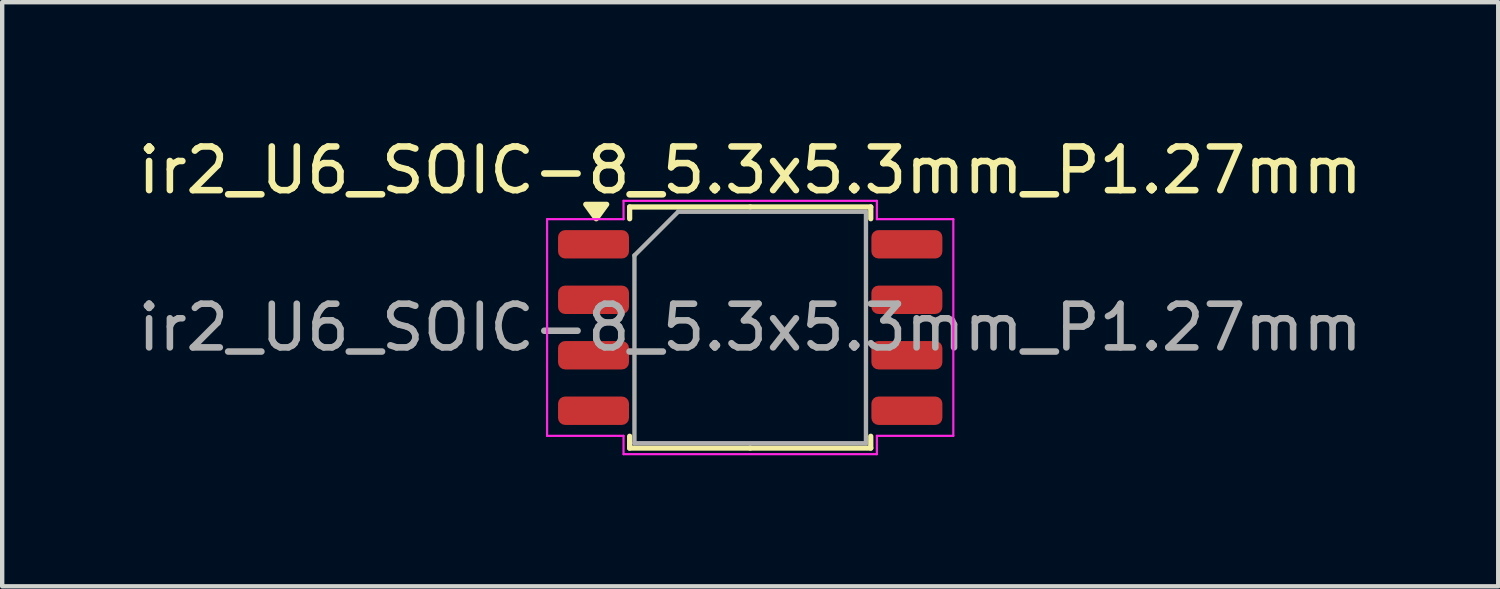
<source format=kicad_pcb>
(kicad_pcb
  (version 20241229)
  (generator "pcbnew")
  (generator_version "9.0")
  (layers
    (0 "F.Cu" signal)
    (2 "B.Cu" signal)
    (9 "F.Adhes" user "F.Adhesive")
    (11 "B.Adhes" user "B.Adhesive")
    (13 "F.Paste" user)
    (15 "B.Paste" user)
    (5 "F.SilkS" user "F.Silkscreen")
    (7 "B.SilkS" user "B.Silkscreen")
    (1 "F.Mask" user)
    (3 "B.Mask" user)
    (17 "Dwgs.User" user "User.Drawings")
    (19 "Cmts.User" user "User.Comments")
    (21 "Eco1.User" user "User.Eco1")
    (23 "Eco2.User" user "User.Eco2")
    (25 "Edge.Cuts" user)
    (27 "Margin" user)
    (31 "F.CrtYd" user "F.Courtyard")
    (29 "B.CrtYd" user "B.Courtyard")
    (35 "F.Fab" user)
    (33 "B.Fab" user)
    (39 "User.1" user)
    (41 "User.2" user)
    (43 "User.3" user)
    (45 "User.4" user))
  (footprint "ir2_U6_SOIC-8_5.3x5.3mm_P1.27mm"
    (layer "F.Cu")
    (at 14.125 4.448)
    (property "Reference" "ir2_U6_SOIC-8_5.3x5.3mm_P1.27mm" (at 0 -3.6 0) (layer "F.SilkS") (effects (font (size 1 1) (thickness 0.15))))
    (attr smd)
    (fp_line (start -2.76 -2.76) (end -2.76 -2.49) (stroke (width 0.12) (type solid)) (layer "F.SilkS"))
    (fp_line (start -2.76 2.76) (end -2.76 2.49) (stroke (width 0.12) (type solid)) (layer "F.SilkS"))
    (fp_line (start 0 -2.76) (end -2.76 -2.76) (stroke (width 0.12) (type solid)) (layer "F.SilkS"))
    (fp_line (start 0 -2.76) (end 2.76 -2.76) (stroke (width 0.12) (type solid)) (layer "F.SilkS"))
    (fp_line (start 0 2.76) (end -2.76 2.76) (stroke (width 0.12) (type solid)) (layer "F.SilkS"))
    (fp_line (start 0 2.76) (end 2.76 2.76) (stroke (width 0.12) (type solid)) (layer "F.SilkS"))
    (fp_line (start 2.76 -2.76) (end 2.76 -2.49) (stroke (width 0.12) (type solid)) (layer "F.SilkS"))
    (fp_line (start 2.76 2.76) (end 2.76 2.49) (stroke (width 0.12) (type solid)) (layer "F.SilkS"))
    (fp_poly (pts (xy -3.525 -2.49) (xy -3.765 -2.82) (xy -3.285 -2.82)) (stroke (width 0.12) (type solid)) (fill yes) (layer "F.SilkS"))
    (fp_line (start -4.65 -2.48) (end -2.9 -2.48) (stroke (width 0.05) (type solid)) (layer "F.CrtYd"))
    (fp_line (start -4.65 2.48) (end -4.65 -2.48) (stroke (width 0.05) (type solid)) (layer "F.CrtYd"))
    (fp_line (start -2.9 -2.9) (end 2.9 -2.9) (stroke (width 0.05) (type solid)) (layer "F.CrtYd"))
    (fp_line (start -2.9 -2.48) (end -2.9 -2.9) (stroke (width 0.05) (type solid)) (layer "F.CrtYd"))
    (fp_line (start -2.9 2.48) (end -4.65 2.48) (stroke (width 0.05) (type solid)) (layer "F.CrtYd"))
    (fp_line (start -2.9 2.9) (end -2.9 2.48) (stroke (width 0.05) (type solid)) (layer "F.CrtYd"))
    (fp_line (start 2.9 -2.9) (end 2.9 -2.48) (stroke (width 0.05) (type solid)) (layer "F.CrtYd"))
    (fp_line (start 2.9 -2.48) (end 4.65 -2.48) (stroke (width 0.05) (type solid)) (layer "F.CrtYd"))
    (fp_line (start 2.9 2.48) (end 2.9 2.9) (stroke (width 0.05) (type solid)) (layer "F.CrtYd"))
    (fp_line (start 2.9 2.9) (end -2.9 2.9) (stroke (width 0.05) (type solid)) (layer "F.CrtYd"))
    (fp_line (start 4.65 -2.48) (end 4.65 2.48) (stroke (width 0.05) (type solid)) (layer "F.CrtYd"))
    (fp_line (start 4.65 2.48) (end 2.9 2.48) (stroke (width 0.05) (type solid)) (layer "F.CrtYd"))
    (fp_line (start -2.65 -1.65) (end -1.65 -2.65) (stroke (width 0.1) (type solid)) (layer "F.Fab"))
    (fp_line (start -2.65 2.65) (end -2.65 -1.65) (stroke (width 0.1) (type solid)) (layer "F.Fab"))
    (fp_line (start -1.65 -2.65) (end 2.65 -2.65) (stroke (width 0.1) (type solid)) (layer "F.Fab"))
    (fp_line (start 2.65 -2.65) (end 2.65 2.65) (stroke (width 0.1) (type solid)) (layer "F.Fab"))
    (fp_line (start 2.65 2.65) (end -2.65 2.65) (stroke (width 0.1) (type solid)) (layer "F.Fab"))
    (fp_text user "${REFERENCE}" (at 0 0 0) (layer "F.Fab") (effects (font (size 1 1) (thickness 0.15))))
    (pad "1" smd roundrect (at -3.587 -1.905) (size 1.625 0.65) (layers "F.Cu" "F.Mask" "F.Paste") (roundrect_rratio 0.25))
    (pad "2" smd roundrect (at -3.587 -0.635) (size 1.625 0.65) (layers "F.Cu" "F.Mask" "F.Paste") (roundrect_rratio 0.25))
    (pad "3" smd roundrect (at -3.587 0.635) (size 1.625 0.65) (layers "F.Cu" "F.Mask" "F.Paste") (roundrect_rratio 0.25))
    (pad "4" smd roundrect (at -3.587 1.905) (size 1.625 0.65) (layers "F.Cu" "F.Mask" "F.Paste") (roundrect_rratio 0.25))
    (pad "5" smd roundrect (at 3.587 1.905) (size 1.625 0.65) (layers "F.Cu" "F.Mask" "F.Paste") (roundrect_rratio 0.25))
    (pad "6" smd roundrect (at 3.587 0.635) (size 1.625 0.65) (layers "F.Cu" "F.Mask" "F.Paste") (roundrect_rratio 0.25))
    (pad "7" smd roundrect (at 3.587 -0.635) (size 1.625 0.65) (layers "F.Cu" "F.Mask" "F.Paste") (roundrect_rratio 0.25))
    (pad "8" smd roundrect (at 3.587 -1.905) (size 1.625 0.65) (layers "F.Cu" "F.Mask" "F.Paste") (roundrect_rratio 0.25)))
  (gr_rect
    (start -3 -3)
    (end 31.25 10.373)
    (stroke (width 0.1) (type default))
    (fill no)
    (layer "Edge.Cuts")))
</source>
